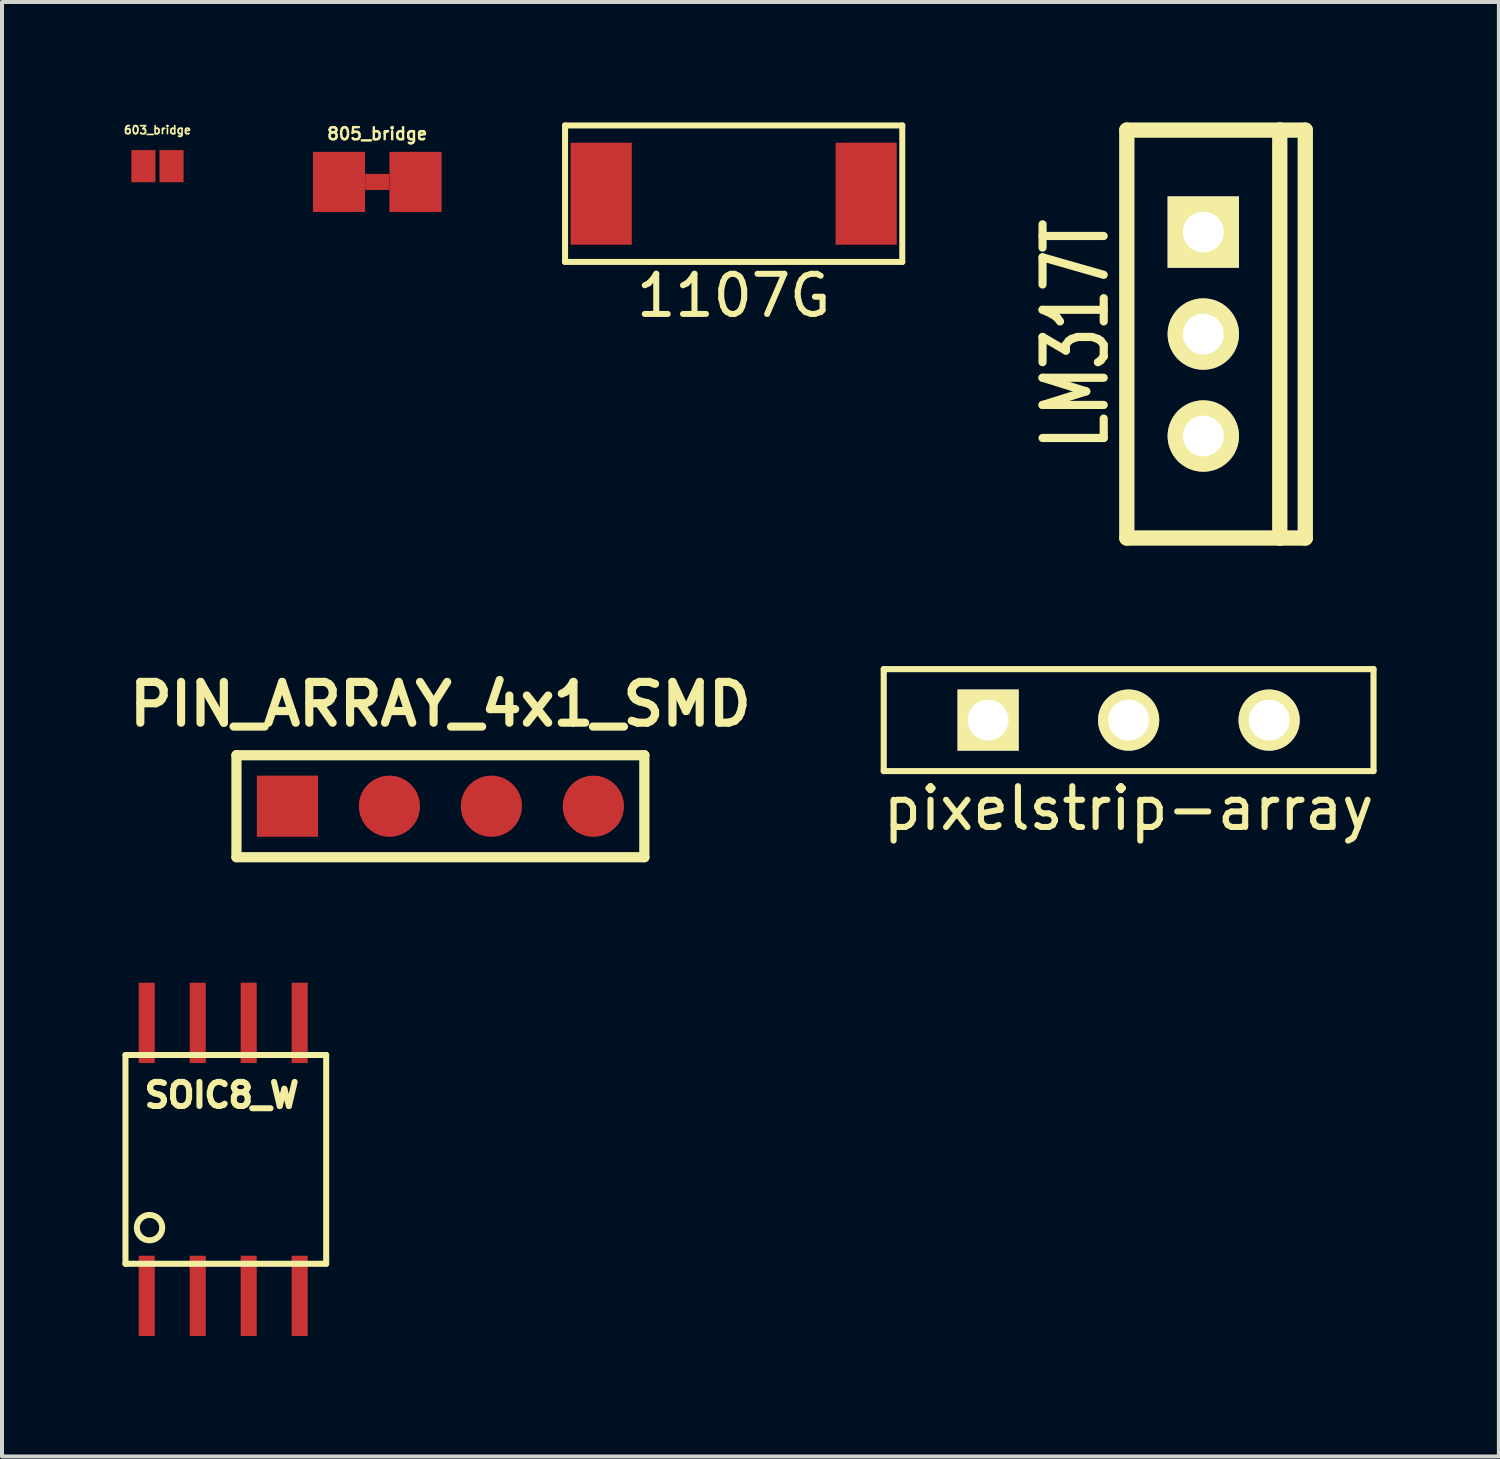
<source format=kicad_pcb>
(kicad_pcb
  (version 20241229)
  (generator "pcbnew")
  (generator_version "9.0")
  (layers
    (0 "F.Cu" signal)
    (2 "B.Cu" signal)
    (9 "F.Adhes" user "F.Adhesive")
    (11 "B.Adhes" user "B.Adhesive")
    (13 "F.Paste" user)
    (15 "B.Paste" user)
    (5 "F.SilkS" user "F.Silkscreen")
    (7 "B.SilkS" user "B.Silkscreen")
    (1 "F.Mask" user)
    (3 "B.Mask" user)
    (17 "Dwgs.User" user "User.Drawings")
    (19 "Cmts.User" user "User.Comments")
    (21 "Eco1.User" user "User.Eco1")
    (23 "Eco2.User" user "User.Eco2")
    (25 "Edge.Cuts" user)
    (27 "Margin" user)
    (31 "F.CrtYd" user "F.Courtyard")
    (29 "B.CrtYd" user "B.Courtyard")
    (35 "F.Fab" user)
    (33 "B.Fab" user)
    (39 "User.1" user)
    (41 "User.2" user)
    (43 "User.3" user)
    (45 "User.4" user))
  (footprint "PIN_ARRAY_4x1_SMD"
    (layer "F.Cu")
    (at 7.92 17.032)
    (property "Reference" "PIN_ARRAY_4x1_SMD" (at 0 -2.54 0) (layer "F.SilkS") (effects (font (size 1.016 1.016) (thickness 0.203))))
    (attr through_hole)
    (fp_line (start -5.08 -1.27) (end -5.08 1.27) (stroke (width 0.254) (type solid)) (layer "F.SilkS"))
    (fp_line (start 5.08 -1.27) (end -5.08 -1.27) (stroke (width 0.254) (type solid)) (layer "F.SilkS"))
    (fp_line (start 5.08 1.27) (end -5.08 1.27) (stroke (width 0.254) (type solid)) (layer "F.SilkS"))
    (fp_line (start 5.08 1.27) (end 5.08 -1.27) (stroke (width 0.254) (type solid)) (layer "F.SilkS"))
    (pad "1" smd rect (at -3.81 0) (size 1.524 1.524) (layers "F.Cu" "F.Mask" "F.Paste"))
    (pad "2" smd circle (at -1.27 0) (size 1.524 1.524) (layers "F.Cu" "F.Mask" "F.Paste"))
    (pad "3" smd circle (at 1.27 0) (size 1.524 1.524) (layers "F.Cu" "F.Mask" "F.Paste"))
    (pad "4" smd circle (at 3.81 0) (size 1.524 1.524) (layers "F.Cu" "F.Mask" "F.Paste")))
  (footprint "603_bridge"
    (layer "F.Cu")
    (at 0.872 1.089)
    (property "Reference" "603_bridge" (at 0 -0.9 0) (layer "F.SilkS") (effects (font (size 0.201 0.201) (thickness 0.041))))
    (attr through_hole)
    (pad "1" smd rect (at 0.35 0) (size 0.6 0.8) (layers "F.Cu" "F.Mask" "F.Paste"))
    (pad "2" smd rect (at -0.35 0) (size 0.6 0.8) (layers "F.Cu" "F.Mask" "F.Paste")))
  (footprint "1107G"
    (layer "F.Cu")
    (at 15.225 1.775)
    (property "Reference" "1107G" (at 0 2.54 0) (layer "F.SilkS") (effects (font (size 1 1) (thickness 0.15))))
    (attr through_hole)
    (fp_line (start -4.2 -1.7) (end 4.2 -1.7) (stroke (width 0.15) (type solid)) (layer "F.SilkS"))
    (fp_line (start -4.2 1.7) (end -4.2 -1.7) (stroke (width 0.15) (type solid)) (layer "F.SilkS"))
    (fp_line (start 4.2 -1.7) (end 4.2 1.7) (stroke (width 0.15) (type solid)) (layer "F.SilkS"))
    (fp_line (start 4.2 1.7) (end -4.2 1.7) (stroke (width 0.15) (type solid)) (layer "F.SilkS"))
    (pad "1" smd rect (at 3.3 0) (size 1.524 2.54) (layers "F.Cu" "F.Mask" "F.Paste"))
    (pad "2" smd rect (at -3.3 0) (size 1.524 2.54) (layers "F.Cu" "F.Mask" "F.Paste")))
  (footprint "pixelstrip-array"
    (layer "F.Cu")
    (at 25.063 14.887)
    (property "Reference" "pixelstrip-array" (at 0 2.2 0) (layer "F.SilkS") (effects (font (size 1.016 1.016) (thickness 0.152))))
    (attr through_hole)
    (fp_line (start -6.1 -1.27) (end 6.1 -1.27) (stroke (width 0.152) (type solid)) (layer "F.SilkS"))
    (fp_line (start -6.1 1.27) (end -6.1 -1.27) (stroke (width 0.152) (type solid)) (layer "F.SilkS"))
    (fp_line (start 6.1 -1.27) (end 6.1 1.27) (stroke (width 0.152) (type solid)) (layer "F.SilkS"))
    (fp_line (start 6.1 1.27) (end -6.1 1.27) (stroke (width 0.152) (type solid)) (layer "F.SilkS"))
    (pad "1" thru_hole rect (at -3.5 0) (size 1.524 1.524) (drill 1.016) (layers "*.Cu" "*.Mask" "F.SilkS"))
    (pad "2" thru_hole circle (at 0 0) (size 1.524 1.524) (drill 1.016) (layers "*.Cu" "*.Mask" "F.SilkS"))
    (pad "3" thru_hole circle (at 3.5 0) (size 1.524 1.524) (drill 1.016) (layers "*.Cu" "*.Mask" "F.SilkS")))
  (footprint "805_bridge"
    (layer "F.Cu")
    (at 6.347 1.482)
    (property "Reference" "805_bridge" (at 0 -1.2 0) (layer "F.SilkS") (effects (font (size 0.3 0.3) (thickness 0.061))))
    (attr through_hole)
    (pad "1" smd rect (at 0.953 0) (size 1.3 1.499) (layers "F.Cu" "F.Mask" "F.Paste"))
    (pad "2" smd rect (at -0.953 0) (size 1.3 1.499) (layers "F.Cu" "F.Mask" "F.Paste"))
    (pad "3" smd rect (at 0 0) (size 0.6 0.4) (layers "F.Cu" "F.Mask" "F.Paste")))
  (footprint "SOIC8_W"
    (layer "F.Cu")
    (at 2.475 25.729)
    (property "Reference" "SOIC8_W" (at 0 -1.5 0) (layer "F.SilkS") (effects (font (size 0.6 0.6) (thickness 0.15))))
    (attr through_hole)
    (fp_line (start -2.4 -2.5) (end -2.4 2.7) (stroke (width 0.15) (type solid)) (layer "F.SilkS"))
    (fp_line (start -2.4 2.7) (end 2.6 2.7) (stroke (width 0.15) (type solid)) (layer "F.SilkS"))
    (fp_line (start 2.6 -2.5) (end -2.4 -2.5) (stroke (width 0.15) (type solid)) (layer "F.SilkS"))
    (fp_line (start 2.6 2.7) (end 2.6 -2.5) (stroke (width 0.15) (type solid)) (layer "F.SilkS"))
    (fp_circle (center -1.8 1.8) (end -1.5 1.9) (stroke (width 0.15) (type solid)) (fill no) (layer "F.SilkS"))
    (pad "1" smd rect (at -1.87 3.5) (size 0.4 2) (layers "F.Cu" "F.Mask" "F.Paste"))
    (pad "2" smd rect (at -0.6 3.5) (size 0.4 2) (layers "F.Cu" "F.Mask" "F.Paste"))
    (pad "3" smd rect (at 0.67 3.5) (size 0.4 2) (layers "F.Cu" "F.Mask" "F.Paste"))
    (pad "4" smd rect (at 1.94 3.5) (size 0.4 2) (layers "F.Cu" "F.Mask" "F.Paste"))
    (pad "5" smd rect (at 1.94 -3.3) (size 0.4 2) (layers "F.Cu" "F.Mask" "F.Paste"))
    (pad "6" smd rect (at 0.67 -3.3) (size 0.4 2) (layers "F.Cu" "F.Mask" "F.Paste"))
    (pad "7" smd rect (at -0.6 -3.3) (size 0.4 2) (layers "F.Cu" "F.Mask" "F.Paste"))
    (pad "8" smd rect (at -1.87 -3.3) (size 0.4 2) (layers "F.Cu" "F.Mask" "F.Paste")))
  (footprint "LM317T"
    (layer "F.Cu")
    (at 26.923 5.271)
    (property "Reference" "LM317T" (at -3.175 0 90) (layer "F.SilkS") (effects (font (size 1.524 1.016) (thickness 0.203))))
    (attr through_hole)
    (fp_line (start -1.905 -5.08) (end 1.905 -5.08) (stroke (width 0.381) (type solid)) (layer "F.SilkS"))
    (fp_line (start -1.905 5.08) (end -1.905 -5.08) (stroke (width 0.381) (type solid)) (layer "F.SilkS"))
    (fp_line (start 1.905 -5.08) (end 1.905 5.08) (stroke (width 0.381) (type solid)) (layer "F.SilkS"))
    (fp_line (start 1.905 -5.08) (end 2.54 -5.08) (stroke (width 0.381) (type solid)) (layer "F.SilkS"))
    (fp_line (start 1.905 5.08) (end -1.905 5.08) (stroke (width 0.381) (type solid)) (layer "F.SilkS"))
    (fp_line (start 2.54 -5.08) (end 2.54 5.08) (stroke (width 0.381) (type solid)) (layer "F.SilkS"))
    (fp_line (start 2.54 5.08) (end 1.905 5.08) (stroke (width 0.381) (type solid)) (layer "F.SilkS"))
    (pad "1" thru_hole rect (at 0 -2.54) (size 1.778 1.778) (drill 1.016) (layers "*.Cu" "*.Mask" "F.SilkS"))
    (pad "2" thru_hole circle (at 0 0) (size 1.778 1.778) (drill 1.016) (layers "*.Cu" "*.Mask" "F.SilkS"))
    (pad "3" thru_hole circle (at 0 2.54) (size 1.778 1.778) (drill 1.016) (layers "*.Cu" "*.Mask" "F.SilkS")))
  (gr_rect
    (start -3 -3)
    (end 34.286 33.229)
    (stroke (width 0.1) (type default))
    (fill no)
    (layer "Edge.Cuts")))
</source>
